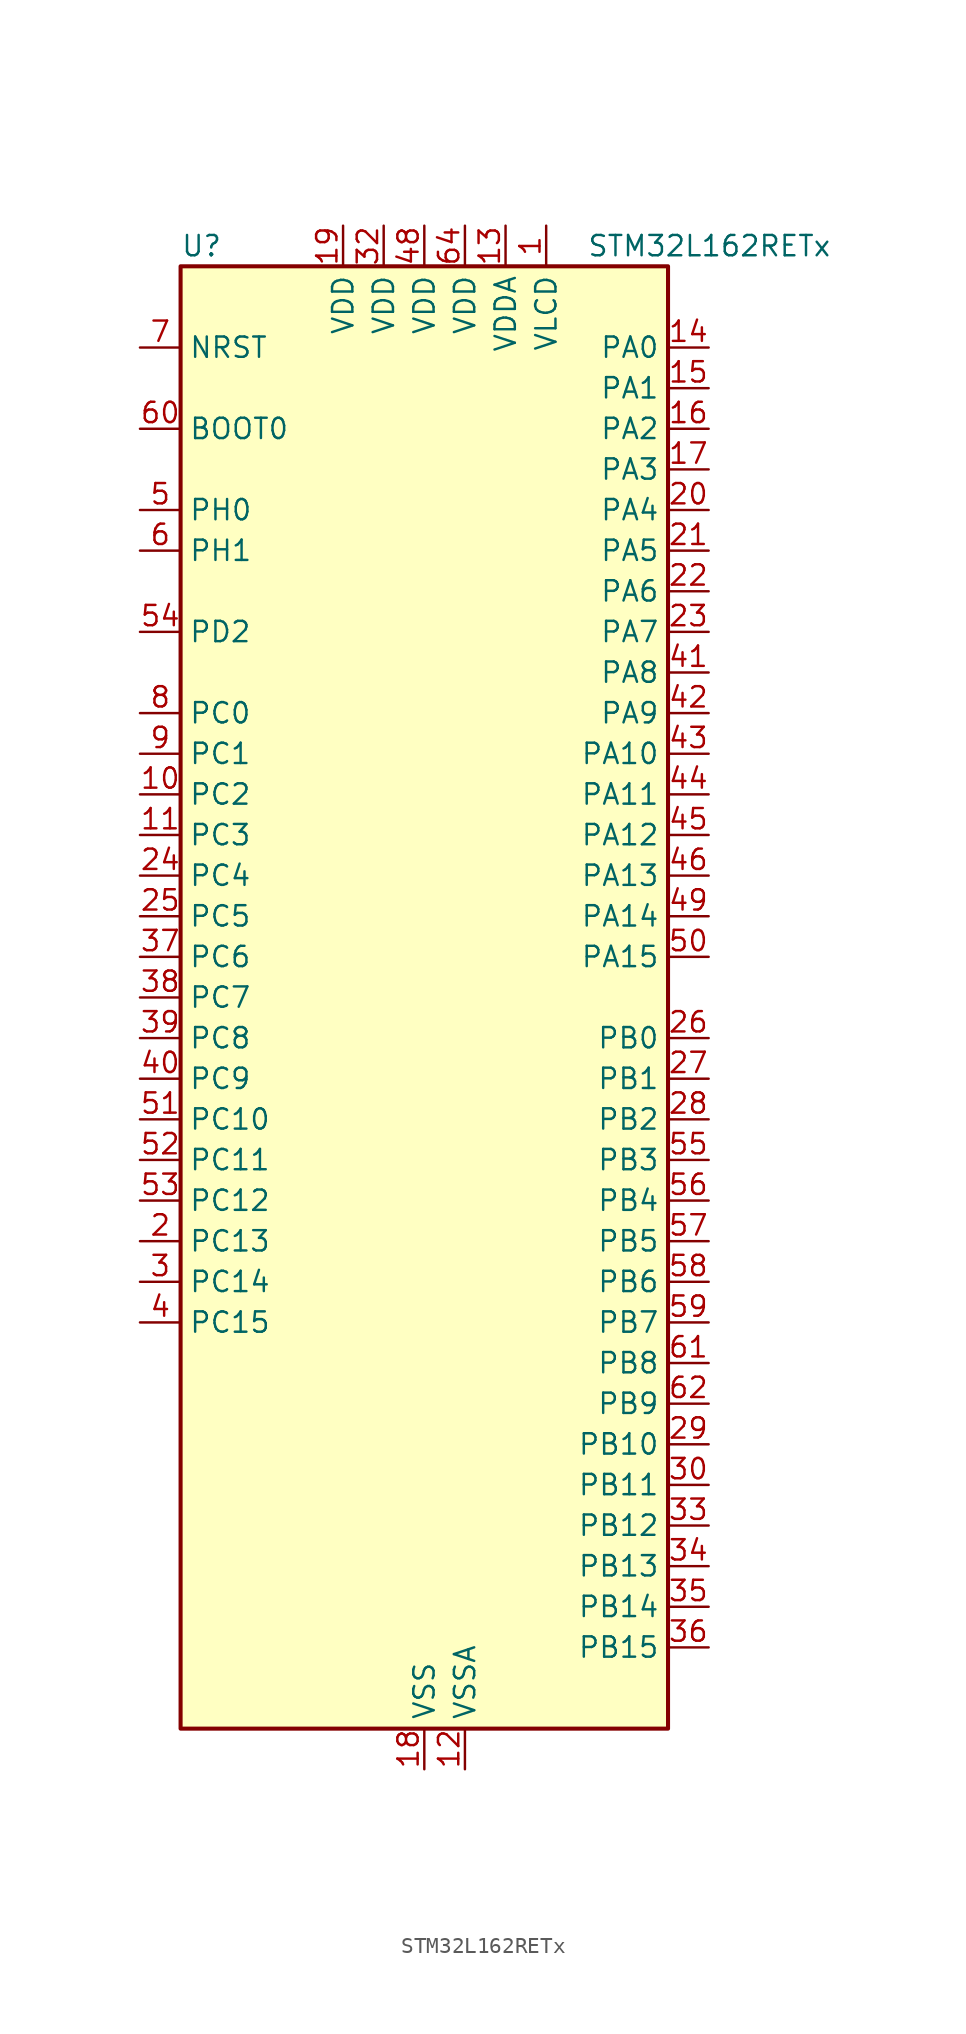
<source format=kicad_sym>
(kicad_symbol_lib
  (version 20241209)
  (generator "kicad_symbol_editor")
  (generator_version "9.0")
  (symbol "STM32L162RETx"
    (property "Reference" "U"
      (at -15.24 46.99 0)
      (effects (font (size 1.27 1.27)) (justify left)))
    (property "Value" "STM32L162RETx"
      (at 10.16 46.99 0)
      (effects (font (size 1.27 1.27)) (justify left)))
    (symbol "STM32L162RETx_0_1"
      (rectangle (start -15.24 -45.72) (end 15.24 45.72) (stroke (width 0.254) (type default)) (fill (type background))))
    (symbol "STM32L162RETx_1_1"
      (pin input line (at -17.78 40.64 0) (length 2.54) (name "NRST" (effects (font (size 1.27 1.27)))) (number "7" (effects (font (size 1.27 1.27)))))
      (pin input line (at -17.78 35.56 0) (length 2.54) (name "BOOT0" (effects (font (size 1.27 1.27)))) (number "60" (effects (font (size 1.27 1.27)))))
      (pin bidirectional line (at -17.78 30.48 0) (length 2.54) (name "PH0" (effects (font (size 1.27 1.27)))) (number "5" (effects (font (size 1.27 1.27)))) (alternate "RCC_OSC_IN" bidirectional line))
      (pin bidirectional line (at -17.78 27.94 0) (length 2.54) (name "PH1" (effects (font (size 1.27 1.27)))) (number "6" (effects (font (size 1.27 1.27)))) (alternate "RCC_OSC_OUT" bidirectional line))
      (pin bidirectional line (at -17.78 22.86 0) (length 2.54) (name "PD2" (effects (font (size 1.27 1.27)))) (number "54" (effects (font (size 1.27 1.27)))) (alternate "LCD_COM7" bidirectional line) (alternate "LCD_SEG31" bidirectional line) (alternate "LCD_SEG43" bidirectional line) (alternate "TIM3_ETR" bidirectional line) (alternate "TIMX_IC3" bidirectional line) (alternate "UART5_RX" bidirectional line))
      (pin bidirectional line (at -17.78 17.78 0) (length 2.54) (name "PC0" (effects (font (size 1.27 1.27)))) (number "8" (effects (font (size 1.27 1.27)))) (alternate "ADC_IN10" bidirectional line) (alternate "COMP1_INP" bidirectional line) (alternate "LCD_SEG18" bidirectional line) (alternate "TIMX_IC1" bidirectional line) (alternate "TS_G8_IO1" bidirectional line))
      (pin bidirectional line (at -17.78 15.24 0) (length 2.54) (name "PC1" (effects (font (size 1.27 1.27)))) (number "9" (effects (font (size 1.27 1.27)))) (alternate "ADC_IN11" bidirectional line) (alternate "COMP1_INP" bidirectional line) (alternate "LCD_SEG19" bidirectional line) (alternate "TIMX_IC2" bidirectional line) (alternate "TS_G8_IO2" bidirectional line))
      (pin bidirectional line (at -17.78 12.7 0) (length 2.54) (name "PC2" (effects (font (size 1.27 1.27)))) (number "10" (effects (font (size 1.27 1.27)))) (alternate "ADC_IN12" bidirectional line) (alternate "COMP1_INP" bidirectional line) (alternate "LCD_SEG20" bidirectional line) (alternate "TIMX_IC3" bidirectional line) (alternate "TS_G8_IO3" bidirectional line))
      (pin bidirectional line (at -17.78 10.16 0) (length 2.54) (name "PC3" (effects (font (size 1.27 1.27)))) (number "11" (effects (font (size 1.27 1.27)))) (alternate "ADC_IN13" bidirectional line) (alternate "COMP1_INP" bidirectional line) (alternate "LCD_SEG21" bidirectional line) (alternate "TIMX_IC4" bidirectional line) (alternate "TS_G8_IO4" bidirectional line))
      (pin bidirectional line (at -17.78 7.62 0) (length 2.54) (name "PC4" (effects (font (size 1.27 1.27)))) (number "24" (effects (font (size 1.27 1.27)))) (alternate "ADC_IN14" bidirectional line) (alternate "COMP1_INP" bidirectional line) (alternate "LCD_SEG22" bidirectional line) (alternate "TIMX_IC1" bidirectional line) (alternate "TS_G9_IO1" bidirectional line))
      (pin bidirectional line (at -17.78 5.08 0) (length 2.54) (name "PC5" (effects (font (size 1.27 1.27)))) (number "25" (effects (font (size 1.27 1.27)))) (alternate "ADC_IN15" bidirectional line) (alternate "COMP1_INP" bidirectional line) (alternate "LCD_SEG23" bidirectional line) (alternate "TIMX_IC2" bidirectional line) (alternate "TS_G9_IO2" bidirectional line))
      (pin bidirectional line (at -17.78 2.54 0) (length 2.54) (name "PC6" (effects (font (size 1.27 1.27)))) (number "37" (effects (font (size 1.27 1.27)))) (alternate "I2S2_MCK" bidirectional line) (alternate "LCD_SEG24" bidirectional line) (alternate "TIM3_CH1" bidirectional line) (alternate "TIMX_IC3" bidirectional line) (alternate "TS_G10_IO1" bidirectional line))
      (pin bidirectional line (at -17.78 0 0) (length 2.54) (name "PC7" (effects (font (size 1.27 1.27)))) (number "38" (effects (font (size 1.27 1.27)))) (alternate "I2S3_MCK" bidirectional line) (alternate "LCD_SEG25" bidirectional line) (alternate "TIM3_CH2" bidirectional line) (alternate "TIMX_IC4" bidirectional line) (alternate "TS_G10_IO2" bidirectional line))
      (pin bidirectional line (at -17.78 -2.54 0) (length 2.54) (name "PC8" (effects (font (size 1.27 1.27)))) (number "39" (effects (font (size 1.27 1.27)))) (alternate "LCD_SEG26" bidirectional line) (alternate "TIM3_CH3" bidirectional line) (alternate "TIMX_IC1" bidirectional line) (alternate "TS_G10_IO3" bidirectional line))
      (pin bidirectional line (at -17.78 -5.08 0) (length 2.54) (name "PC9" (effects (font (size 1.27 1.27)))) (number "40" (effects (font (size 1.27 1.27)))) (alternate "DAC_EXTI9" bidirectional line) (alternate "LCD_SEG27" bidirectional line) (alternate "TIM3_CH4" bidirectional line) (alternate "TIMX_IC2" bidirectional line) (alternate "TS_G10_IO4" bidirectional line))
      (pin bidirectional line (at -17.78 -7.62 0) (length 2.54) (name "PC10" (effects (font (size 1.27 1.27)))) (number "51" (effects (font (size 1.27 1.27)))) (alternate "I2S3_CK" bidirectional line) (alternate "LCD_COM4" bidirectional line) (alternate "LCD_SEG28" bidirectional line) (alternate "LCD_SEG40" bidirectional line) (alternate "SPI3_SCK" bidirectional line) (alternate "TIMX_IC3" bidirectional line) (alternate "UART4_TX" bidirectional line) (alternate "USART3_TX" bidirectional line))
      (pin bidirectional line (at -17.78 -10.16 0) (length 2.54) (name "PC11" (effects (font (size 1.27 1.27)))) (number "52" (effects (font (size 1.27 1.27)))) (alternate "ADC_EXTI11" bidirectional line) (alternate "LCD_COM5" bidirectional line) (alternate "LCD_SEG29" bidirectional line) (alternate "LCD_SEG41" bidirectional line) (alternate "SPI3_MISO" bidirectional line) (alternate "TIMX_IC4" bidirectional line) (alternate "UART4_RX" bidirectional line) (alternate "USART3_RX" bidirectional line))
      (pin bidirectional line (at -17.78 -12.7 0) (length 2.54) (name "PC12" (effects (font (size 1.27 1.27)))) (number "53" (effects (font (size 1.27 1.27)))) (alternate "I2S3_SD" bidirectional line) (alternate "LCD_COM6" bidirectional line) (alternate "LCD_SEG30" bidirectional line) (alternate "LCD_SEG42" bidirectional line) (alternate "SPI3_MOSI" bidirectional line) (alternate "TIMX_IC1" bidirectional line) (alternate "UART5_TX" bidirectional line) (alternate "USART3_CK" bidirectional line))
      (pin bidirectional line (at -17.78 -15.24 0) (length 2.54) (name "PC13" (effects (font (size 1.27 1.27)))) (number "2" (effects (font (size 1.27 1.27)))) (alternate "RTC_OUT_ALARM" bidirectional line) (alternate "RTC_OUT_CALIB" bidirectional line) (alternate "RTC_TAMP1" bidirectional line) (alternate "RTC_TS" bidirectional line) (alternate "SYS_WKUP2" bidirectional line) (alternate "TIMX_IC2" bidirectional line))
      (pin bidirectional line (at -17.78 -17.78 0) (length 2.54) (name "PC14" (effects (font (size 1.27 1.27)))) (number "3" (effects (font (size 1.27 1.27)))) (alternate "RCC_OSC32_IN" bidirectional line) (alternate "TIMX_IC3" bidirectional line))
      (pin bidirectional line (at -17.78 -20.32 0) (length 2.54) (name "PC15" (effects (font (size 1.27 1.27)))) (number "4" (effects (font (size 1.27 1.27)))) (alternate "ADC_EXTI15" bidirectional line) (alternate "RCC_OSC32_OUT" bidirectional line) (alternate "TIMX_IC4" bidirectional line))
      (pin power_in line (at -5.08 48.26 270) (length 2.54) (name "VDD" (effects (font (size 1.27 1.27)))) (number "19" (effects (font (size 1.27 1.27)))))
      (pin power_in line (at -2.54 48.26 270) (length 2.54) (name "VDD" (effects (font (size 1.27 1.27)))) (number "32" (effects (font (size 1.27 1.27)))))
      (pin power_in line (at 0 48.26 270) (length 2.54) (name "VDD" (effects (font (size 1.27 1.27)))) (number "48" (effects (font (size 1.27 1.27)))))
      (pin power_in line (at 0 -48.26 90) (length 2.54) (name "VSS" (effects (font (size 1.27 1.27)))) (number "18" (effects (font (size 1.27 1.27)))))
      (pin passive line (at 0 -48.26 90) (length 2.54) (hide yes) (name "VSS" (effects (font (size 1.27 1.27)))) (number "31" (effects (font (size 1.27 1.27)))))
      (pin passive line (at 0 -48.26 90) (length 2.54) (hide yes) (name "VSS" (effects (font (size 1.27 1.27)))) (number "47" (effects (font (size 1.27 1.27)))))
      (pin passive line (at 0 -48.26 90) (length 2.54) (hide yes) (name "VSS" (effects (font (size 1.27 1.27)))) (number "63" (effects (font (size 1.27 1.27)))))
      (pin power_in line (at 2.54 48.26 270) (length 2.54) (name "VDD" (effects (font (size 1.27 1.27)))) (number "64" (effects (font (size 1.27 1.27)))))
      (pin power_in line (at 2.54 -48.26 90) (length 2.54) (name "VSSA" (effects (font (size 1.27 1.27)))) (number "12" (effects (font (size 1.27 1.27)))))
      (pin power_in line (at 5.08 48.26 270) (length 2.54) (name "VDDA" (effects (font (size 1.27 1.27)))) (number "13" (effects (font (size 1.27 1.27)))))
      (pin power_in line (at 7.62 48.26 270) (length 2.54) (name "VLCD" (effects (font (size 1.27 1.27)))) (number "1" (effects (font (size 1.27 1.27)))))
      (pin bidirectional line (at 17.78 40.64 180) (length 2.54) (name "PA0" (effects (font (size 1.27 1.27)))) (number "14" (effects (font (size 1.27 1.27)))) (alternate "ADC_IN0" bidirectional line) (alternate "COMP1_INP" bidirectional line) (alternate "RTC_TAMP2" bidirectional line) (alternate "SYS_WKUP1" bidirectional line) (alternate "TIM2_CH1" bidirectional line) (alternate "TIM2_ETR" bidirectional line) (alternate "TIM5_CH1" bidirectional line) (alternate "TIMX_IC1" bidirectional line) (alternate "TS_G1_IO1" bidirectional line) (alternate "USART2_CTS" bidirectional line))
      (pin bidirectional line (at 17.78 38.1 180) (length 2.54) (name "PA1" (effects (font (size 1.27 1.27)))) (number "15" (effects (font (size 1.27 1.27)))) (alternate "ADC_IN1" bidirectional line) (alternate "COMP1_INP" bidirectional line) (alternate "LCD_SEG0" bidirectional line) (alternate "OPAMP1_VINP" bidirectional line) (alternate "TIM2_CH2" bidirectional line) (alternate "TIM5_CH2" bidirectional line) (alternate "TIMX_IC2" bidirectional line) (alternate "TS_G1_IO2" bidirectional line) (alternate "USART2_RTS" bidirectional line))
      (pin bidirectional line (at 17.78 35.56 180) (length 2.54) (name "PA2" (effects (font (size 1.27 1.27)))) (number "16" (effects (font (size 1.27 1.27)))) (alternate "ADC_IN2" bidirectional line) (alternate "COMP1_INP" bidirectional line) (alternate "LCD_SEG1" bidirectional line) (alternate "OPAMP1_VINM" bidirectional line) (alternate "TIM2_CH3" bidirectional line) (alternate "TIM5_CH3" bidirectional line) (alternate "TIM9_CH1" bidirectional line) (alternate "TIMX_IC3" bidirectional line) (alternate "TS_G1_IO3" bidirectional line) (alternate "USART2_TX" bidirectional line))
      (pin bidirectional line (at 17.78 33.02 180) (length 2.54) (name "PA3" (effects (font (size 1.27 1.27)))) (number "17" (effects (font (size 1.27 1.27)))) (alternate "ADC_IN3" bidirectional line) (alternate "COMP1_INP" bidirectional line) (alternate "LCD_SEG2" bidirectional line) (alternate "OPAMP1_VOUT" bidirectional line) (alternate "TIM2_CH4" bidirectional line) (alternate "TIM5_CH4" bidirectional line) (alternate "TIM9_CH2" bidirectional line) (alternate "TIMX_IC4" bidirectional line) (alternate "TS_G1_IO4" bidirectional line) (alternate "USART2_RX" bidirectional line))
      (pin bidirectional line (at 17.78 30.48 180) (length 2.54) (name "PA4" (effects (font (size 1.27 1.27)))) (number "20" (effects (font (size 1.27 1.27)))) (alternate "ADC_IN4" bidirectional line) (alternate "COMP1_INP" bidirectional line) (alternate "DAC_OUT1" bidirectional line) (alternate "I2S3_WS" bidirectional line) (alternate "SPI1_NSS" bidirectional line) (alternate "SPI3_NSS" bidirectional line) (alternate "TIMX_IC1" bidirectional line) (alternate "USART2_CK" bidirectional line))
      (pin bidirectional line (at 17.78 27.94 180) (length 2.54) (name "PA5" (effects (font (size 1.27 1.27)))) (number "21" (effects (font (size 1.27 1.27)))) (alternate "ADC_IN5" bidirectional line) (alternate "COMP1_INP" bidirectional line) (alternate "DAC_OUT2" bidirectional line) (alternate "SPI1_SCK" bidirectional line) (alternate "TIM2_CH1" bidirectional line) (alternate "TIM2_ETR" bidirectional line) (alternate "TIMX_IC2" bidirectional line))
      (pin bidirectional line (at 17.78 25.4 180) (length 2.54) (name "PA6" (effects (font (size 1.27 1.27)))) (number "22" (effects (font (size 1.27 1.27)))) (alternate "ADC_IN6" bidirectional line) (alternate "COMP1_INP" bidirectional line) (alternate "LCD_SEG3" bidirectional line) (alternate "OPAMP2_VINP" bidirectional line) (alternate "SPI1_MISO" bidirectional line) (alternate "TIM10_CH1" bidirectional line) (alternate "TIM3_CH1" bidirectional line) (alternate "TIMX_IC3" bidirectional line) (alternate "TS_G2_IO1" bidirectional line))
      (pin bidirectional line (at 17.78 22.86 180) (length 2.54) (name "PA7" (effects (font (size 1.27 1.27)))) (number "23" (effects (font (size 1.27 1.27)))) (alternate "ADC_IN7" bidirectional line) (alternate "COMP1_INP" bidirectional line) (alternate "LCD_SEG4" bidirectional line) (alternate "OPAMP2_VINM" bidirectional line) (alternate "SPI1_MOSI" bidirectional line) (alternate "TIM11_CH1" bidirectional line) (alternate "TIM3_CH2" bidirectional line) (alternate "TIMX_IC4" bidirectional line) (alternate "TS_G2_IO2" bidirectional line))
      (pin bidirectional line (at 17.78 20.32 180) (length 2.54) (name "PA8" (effects (font (size 1.27 1.27)))) (number "41" (effects (font (size 1.27 1.27)))) (alternate "LCD_COM0" bidirectional line) (alternate "RCC_MCO" bidirectional line) (alternate "TIMX_IC1" bidirectional line) (alternate "TS_G4_IO1" bidirectional line) (alternate "USART1_CK" bidirectional line))
      (pin bidirectional line (at 17.78 17.78 180) (length 2.54) (name "PA9" (effects (font (size 1.27 1.27)))) (number "42" (effects (font (size 1.27 1.27)))) (alternate "DAC_EXTI9" bidirectional line) (alternate "LCD_COM1" bidirectional line) (alternate "TIMX_IC2" bidirectional line) (alternate "TS_G4_IO2" bidirectional line) (alternate "USART1_TX" bidirectional line))
      (pin bidirectional line (at 17.78 15.24 180) (length 2.54) (name "PA10" (effects (font (size 1.27 1.27)))) (number "43" (effects (font (size 1.27 1.27)))) (alternate "LCD_COM2" bidirectional line) (alternate "TIMX_IC3" bidirectional line) (alternate "TS_G4_IO3" bidirectional line) (alternate "USART1_RX" bidirectional line))
      (pin bidirectional line (at 17.78 12.7 180) (length 2.54) (name "PA11" (effects (font (size 1.27 1.27)))) (number "44" (effects (font (size 1.27 1.27)))) (alternate "ADC_EXTI11" bidirectional line) (alternate "SPI1_MISO" bidirectional line) (alternate "TIMX_IC4" bidirectional line) (alternate "USART1_CTS" bidirectional line) (alternate "USB_DM" bidirectional line))
      (pin bidirectional line (at 17.78 10.16 180) (length 2.54) (name "PA12" (effects (font (size 1.27 1.27)))) (number "45" (effects (font (size 1.27 1.27)))) (alternate "SPI1_MOSI" bidirectional line) (alternate "TIMX_IC1" bidirectional line) (alternate "USART1_RTS" bidirectional line) (alternate "USB_DP" bidirectional line))
      (pin bidirectional line (at 17.78 7.62 180) (length 2.54) (name "PA13" (effects (font (size 1.27 1.27)))) (number "46" (effects (font (size 1.27 1.27)))) (alternate "SYS_JTMS-SWDIO" bidirectional line) (alternate "TIMX_IC2" bidirectional line) (alternate "TS_G5_IO1" bidirectional line))
      (pin bidirectional line (at 17.78 5.08 180) (length 2.54) (name "PA14" (effects (font (size 1.27 1.27)))) (number "49" (effects (font (size 1.27 1.27)))) (alternate "SYS_JTCK-SWCLK" bidirectional line) (alternate "TIMX_IC3" bidirectional line) (alternate "TS_G5_IO2" bidirectional line))
      (pin bidirectional line (at 17.78 2.54 180) (length 2.54) (name "PA15" (effects (font (size 1.27 1.27)))) (number "50" (effects (font (size 1.27 1.27)))) (alternate "ADC_EXTI15" bidirectional line) (alternate "I2S3_WS" bidirectional line) (alternate "LCD_SEG17" bidirectional line) (alternate "SPI1_NSS" bidirectional line) (alternate "SPI3_NSS" bidirectional line) (alternate "SYS_JTDI" bidirectional line) (alternate "TIM2_CH1" bidirectional line) (alternate "TIM2_ETR" bidirectional line) (alternate "TIMX_IC4" bidirectional line) (alternate "TS_G5_IO3" bidirectional line))
      (pin bidirectional line (at 17.78 -2.54 180) (length 2.54) (name "PB0" (effects (font (size 1.27 1.27)))) (number "26" (effects (font (size 1.27 1.27)))) (alternate "ADC_IN8" bidirectional line) (alternate "COMP1_INP" bidirectional line) (alternate "LCD_SEG5" bidirectional line) (alternate "OPAMP2_VOUT" bidirectional line) (alternate "SYS_V_REF_OUT" bidirectional line) (alternate "TIM3_CH3" bidirectional line) (alternate "TS_G3_IO1" bidirectional line))
      (pin bidirectional line (at 17.78 -5.08 180) (length 2.54) (name "PB1" (effects (font (size 1.27 1.27)))) (number "27" (effects (font (size 1.27 1.27)))) (alternate "ADC_IN9" bidirectional line) (alternate "COMP1_INP" bidirectional line) (alternate "LCD_SEG6" bidirectional line) (alternate "SYS_V_REF_OUT" bidirectional line) (alternate "TIM3_CH4" bidirectional line) (alternate "TS_G3_IO2" bidirectional line))
      (pin bidirectional line (at 17.78 -7.62 180) (length 2.54) (name "PB2" (effects (font (size 1.27 1.27)))) (number "28" (effects (font (size 1.27 1.27)))) (alternate "ADC_IN0b" bidirectional line) (alternate "TS_G3_IO3" bidirectional line))
      (pin bidirectional line (at 17.78 -10.16 180) (length 2.54) (name "PB3" (effects (font (size 1.27 1.27)))) (number "55" (effects (font (size 1.27 1.27)))) (alternate "COMP2_INM" bidirectional line) (alternate "I2S3_CK" bidirectional line) (alternate "LCD_SEG7" bidirectional line) (alternate "SPI1_SCK" bidirectional line) (alternate "SPI3_SCK" bidirectional line) (alternate "SYS_JTDO-TRACESWO" bidirectional line) (alternate "TIM2_CH2" bidirectional line))
      (pin bidirectional line (at 17.78 -12.7 180) (length 2.54) (name "PB4" (effects (font (size 1.27 1.27)))) (number "56" (effects (font (size 1.27 1.27)))) (alternate "COMP2_INP" bidirectional line) (alternate "LCD_SEG8" bidirectional line) (alternate "SPI1_MISO" bidirectional line) (alternate "SPI3_MISO" bidirectional line) (alternate "SYS_JTRST" bidirectional line) (alternate "TIM3_CH1" bidirectional line) (alternate "TS_G6_IO1" bidirectional line))
      (pin bidirectional line (at 17.78 -15.24 180) (length 2.54) (name "PB5" (effects (font (size 1.27 1.27)))) (number "57" (effects (font (size 1.27 1.27)))) (alternate "COMP2_INP" bidirectional line) (alternate "I2C1_SMBA" bidirectional line) (alternate "I2S3_SD" bidirectional line) (alternate "LCD_SEG9" bidirectional line) (alternate "SPI1_MOSI" bidirectional line) (alternate "SPI3_MOSI" bidirectional line) (alternate "TIM3_CH2" bidirectional line) (alternate "TS_G6_IO2" bidirectional line))
      (pin bidirectional line (at 17.78 -17.78 180) (length 2.54) (name "PB6" (effects (font (size 1.27 1.27)))) (number "58" (effects (font (size 1.27 1.27)))) (alternate "COMP2_INP" bidirectional line) (alternate "I2C1_SCL" bidirectional line) (alternate "TIM4_CH1" bidirectional line) (alternate "TS_G6_IO3" bidirectional line) (alternate "USART1_TX" bidirectional line))
      (pin bidirectional line (at 17.78 -20.32 180) (length 2.54) (name "PB7" (effects (font (size 1.27 1.27)))) (number "59" (effects (font (size 1.27 1.27)))) (alternate "COMP2_INP" bidirectional line) (alternate "I2C1_SDA" bidirectional line) (alternate "SYS_PVD_IN" bidirectional line) (alternate "TIM4_CH2" bidirectional line) (alternate "TS_G6_IO4" bidirectional line) (alternate "USART1_RX" bidirectional line))
      (pin bidirectional line (at 17.78 -22.86 180) (length 2.54) (name "PB8" (effects (font (size 1.27 1.27)))) (number "61" (effects (font (size 1.27 1.27)))) (alternate "I2C1_SCL" bidirectional line) (alternate "LCD_SEG16" bidirectional line) (alternate "TIM10_CH1" bidirectional line) (alternate "TIM4_CH3" bidirectional line))
      (pin bidirectional line (at 17.78 -25.4 180) (length 2.54) (name "PB9" (effects (font (size 1.27 1.27)))) (number "62" (effects (font (size 1.27 1.27)))) (alternate "DAC_EXTI9" bidirectional line) (alternate "I2C1_SDA" bidirectional line) (alternate "LCD_COM3" bidirectional line) (alternate "TIM11_CH1" bidirectional line) (alternate "TIM4_CH4" bidirectional line))
      (pin bidirectional line (at 17.78 -27.94 180) (length 2.54) (name "PB10" (effects (font (size 1.27 1.27)))) (number "29" (effects (font (size 1.27 1.27)))) (alternate "I2C2_SCL" bidirectional line) (alternate "LCD_SEG10" bidirectional line) (alternate "TIM2_CH3" bidirectional line) (alternate "USART3_TX" bidirectional line))
      (pin bidirectional line (at 17.78 -30.48 180) (length 2.54) (name "PB11" (effects (font (size 1.27 1.27)))) (number "30" (effects (font (size 1.27 1.27)))) (alternate "ADC_EXTI11" bidirectional line) (alternate "I2C2_SDA" bidirectional line) (alternate "LCD_SEG11" bidirectional line) (alternate "TIM2_CH4" bidirectional line) (alternate "USART3_RX" bidirectional line))
      (pin bidirectional line (at 17.78 -33.02 180) (length 2.54) (name "PB12" (effects (font (size 1.27 1.27)))) (number "33" (effects (font (size 1.27 1.27)))) (alternate "ADC_IN18" bidirectional line) (alternate "COMP1_INP" bidirectional line) (alternate "I2C2_SMBA" bidirectional line) (alternate "I2S2_WS" bidirectional line) (alternate "LCD_SEG12" bidirectional line) (alternate "SPI2_NSS" bidirectional line) (alternate "TIM10_CH1" bidirectional line) (alternate "TS_G7_IO1" bidirectional line) (alternate "USART3_CK" bidirectional line))
      (pin bidirectional line (at 17.78 -35.56 180) (length 2.54) (name "PB13" (effects (font (size 1.27 1.27)))) (number "34" (effects (font (size 1.27 1.27)))) (alternate "ADC_IN19" bidirectional line) (alternate "COMP1_INP" bidirectional line) (alternate "I2S2_CK" bidirectional line) (alternate "LCD_SEG13" bidirectional line) (alternate "SPI2_SCK" bidirectional line) (alternate "TIM9_CH1" bidirectional line) (alternate "TS_G7_IO2" bidirectional line) (alternate "USART3_CTS" bidirectional line))
      (pin bidirectional line (at 17.78 -38.1 180) (length 2.54) (name "PB14" (effects (font (size 1.27 1.27)))) (number "35" (effects (font (size 1.27 1.27)))) (alternate "ADC_IN20" bidirectional line) (alternate "COMP1_INP" bidirectional line) (alternate "LCD_SEG14" bidirectional line) (alternate "SPI2_MISO" bidirectional line) (alternate "TIM9_CH2" bidirectional line) (alternate "TS_G7_IO3" bidirectional line) (alternate "USART3_RTS" bidirectional line))
      (pin bidirectional line (at 17.78 -40.64 180) (length 2.54) (name "PB15" (effects (font (size 1.27 1.27)))) (number "36" (effects (font (size 1.27 1.27)))) (alternate "ADC_EXTI15" bidirectional line) (alternate "ADC_IN21" bidirectional line) (alternate "COMP1_INP" bidirectional line) (alternate "I2S2_SD" bidirectional line) (alternate "LCD_SEG15" bidirectional line) (alternate "RTC_REFIN" bidirectional line) (alternate "SPI2_MOSI" bidirectional line) (alternate "TIM11_CH1" bidirectional line) (alternate "TS_G7_IO4" bidirectional line)))))
</source>
